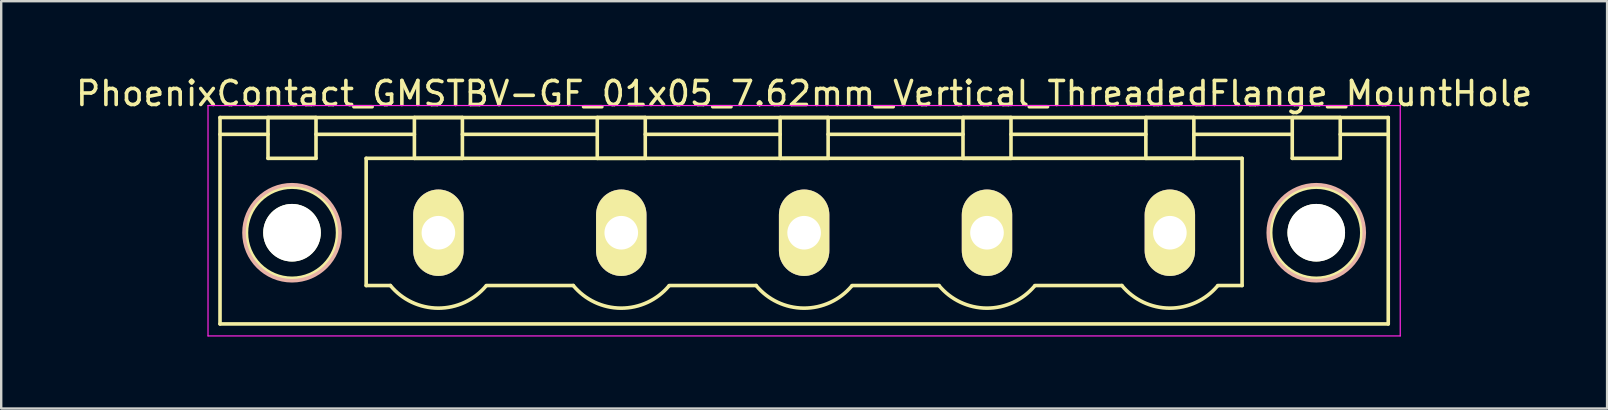
<source format=kicad_pcb>
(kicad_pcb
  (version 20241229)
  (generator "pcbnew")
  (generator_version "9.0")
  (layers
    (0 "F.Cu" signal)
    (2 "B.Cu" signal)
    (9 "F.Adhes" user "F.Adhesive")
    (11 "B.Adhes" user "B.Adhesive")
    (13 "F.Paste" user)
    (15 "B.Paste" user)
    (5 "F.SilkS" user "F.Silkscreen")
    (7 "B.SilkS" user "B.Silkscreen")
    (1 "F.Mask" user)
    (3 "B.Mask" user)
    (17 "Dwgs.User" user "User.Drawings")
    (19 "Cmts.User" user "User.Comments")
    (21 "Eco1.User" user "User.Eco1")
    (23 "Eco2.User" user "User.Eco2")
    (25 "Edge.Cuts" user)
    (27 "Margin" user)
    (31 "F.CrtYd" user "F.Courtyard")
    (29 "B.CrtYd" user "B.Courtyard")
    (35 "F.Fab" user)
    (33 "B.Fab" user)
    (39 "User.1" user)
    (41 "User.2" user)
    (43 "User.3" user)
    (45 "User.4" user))
  (footprint "PhoenixContact_GMSTBV-GF_01x05_7.62mm_Vertical_ThreadedFlange_MountHole"
    (layer "F.Cu")
    (at 15.218 6.648)
    (property "Reference" "PhoenixContact_GMSTBV-GF_01x05_7.62mm_Vertical_ThreadedFlange_MountHole" (at 15.24 -5.8 0) (layer "F.SilkS") (effects (font (size 1 1) (thickness 0.15))))
    (attr through_hole)
    (fp_line (start -9.1 -4.8) (end -9.1 3.8) (stroke (width 0.15) (type solid)) (layer "F.SilkS"))
    (fp_line (start -9.1 -4.1) (end -7.1 -4.1) (stroke (width 0.15) (type solid)) (layer "F.SilkS"))
    (fp_line (start -9.1 3.8) (end 39.58 3.8) (stroke (width 0.15) (type solid)) (layer "F.SilkS"))
    (fp_line (start -7.1 -4.8) (end -5.1 -4.8) (stroke (width 0.15) (type solid)) (layer "F.SilkS"))
    (fp_line (start -7.1 -3.1) (end -7.1 -4.8) (stroke (width 0.15) (type solid)) (layer "F.SilkS"))
    (fp_line (start -5.1 -4.8) (end -5.1 -3.1) (stroke (width 0.15) (type solid)) (layer "F.SilkS"))
    (fp_line (start -5.1 -4.1) (end -1 -4.1) (stroke (width 0.15) (type solid)) (layer "F.SilkS"))
    (fp_line (start -5.1 -3.1) (end -7.1 -3.1) (stroke (width 0.15) (type solid)) (layer "F.SilkS"))
    (fp_line (start -3.01 -3.1) (end 33.49 -3.1) (stroke (width 0.15) (type solid)) (layer "F.SilkS"))
    (fp_line (start -3.01 2.2) (end -3.01 -3.1) (stroke (width 0.15) (type solid)) (layer "F.SilkS"))
    (fp_line (start -2 2.2) (end -3.01 2.2) (stroke (width 0.15) (type solid)) (layer "F.SilkS"))
    (fp_line (start -1 -4.8) (end 1 -4.8) (stroke (width 0.15) (type solid)) (layer "F.SilkS"))
    (fp_line (start -1 -3.1) (end -1 -4.8) (stroke (width 0.15) (type solid)) (layer "F.SilkS"))
    (fp_line (start 1 -4.8) (end 1 -3.1) (stroke (width 0.15) (type solid)) (layer "F.SilkS"))
    (fp_line (start 1 -4.1) (end 6.62 -4.1) (stroke (width 0.15) (type solid)) (layer "F.SilkS"))
    (fp_line (start 1 -3.1) (end -1 -3.1) (stroke (width 0.15) (type solid)) (layer "F.SilkS"))
    (fp_line (start 2 2.2) (end 5.62 2.2) (stroke (width 0.15) (type solid)) (layer "F.SilkS"))
    (fp_line (start 6.62 -4.8) (end 8.62 -4.8) (stroke (width 0.15) (type solid)) (layer "F.SilkS"))
    (fp_line (start 6.62 -3.1) (end 6.62 -4.8) (stroke (width 0.15) (type solid)) (layer "F.SilkS"))
    (fp_line (start 8.62 -4.8) (end 8.62 -3.1) (stroke (width 0.15) (type solid)) (layer "F.SilkS"))
    (fp_line (start 8.62 -4.1) (end 14.24 -4.1) (stroke (width 0.15) (type solid)) (layer "F.SilkS"))
    (fp_line (start 8.62 -3.1) (end 6.62 -3.1) (stroke (width 0.15) (type solid)) (layer "F.SilkS"))
    (fp_line (start 9.62 2.2) (end 13.24 2.2) (stroke (width 0.15) (type solid)) (layer "F.SilkS"))
    (fp_line (start 14.24 -4.8) (end 16.24 -4.8) (stroke (width 0.15) (type solid)) (layer "F.SilkS"))
    (fp_line (start 14.24 -3.1) (end 14.24 -4.8) (stroke (width 0.15) (type solid)) (layer "F.SilkS"))
    (fp_line (start 16.24 -4.8) (end 16.24 -3.1) (stroke (width 0.15) (type solid)) (layer "F.SilkS"))
    (fp_line (start 16.24 -4.1) (end 21.86 -4.1) (stroke (width 0.15) (type solid)) (layer "F.SilkS"))
    (fp_line (start 16.24 -3.1) (end 14.24 -3.1) (stroke (width 0.15) (type solid)) (layer "F.SilkS"))
    (fp_line (start 17.24 2.2) (end 20.86 2.2) (stroke (width 0.15) (type solid)) (layer "F.SilkS"))
    (fp_line (start 21.86 -4.8) (end 23.86 -4.8) (stroke (width 0.15) (type solid)) (layer "F.SilkS"))
    (fp_line (start 21.86 -3.1) (end 21.86 -4.8) (stroke (width 0.15) (type solid)) (layer "F.SilkS"))
    (fp_line (start 23.86 -4.8) (end 23.86 -3.1) (stroke (width 0.15) (type solid)) (layer "F.SilkS"))
    (fp_line (start 23.86 -4.1) (end 29.48 -4.1) (stroke (width 0.15) (type solid)) (layer "F.SilkS"))
    (fp_line (start 23.86 -3.1) (end 21.86 -3.1) (stroke (width 0.15) (type solid)) (layer "F.SilkS"))
    (fp_line (start 24.86 2.2) (end 28.48 2.2) (stroke (width 0.15) (type solid)) (layer "F.SilkS"))
    (fp_line (start 29.48 -4.8) (end 31.48 -4.8) (stroke (width 0.15) (type solid)) (layer "F.SilkS"))
    (fp_line (start 29.48 -3.1) (end 29.48 -4.8) (stroke (width 0.15) (type solid)) (layer "F.SilkS"))
    (fp_line (start 31.48 -4.8) (end 31.48 -3.1) (stroke (width 0.15) (type solid)) (layer "F.SilkS"))
    (fp_line (start 31.48 -4.1) (end 35.58 -4.1) (stroke (width 0.15) (type solid)) (layer "F.SilkS"))
    (fp_line (start 31.48 -3.1) (end 29.48 -3.1) (stroke (width 0.15) (type solid)) (layer "F.SilkS"))
    (fp_line (start 33.49 -3.1) (end 33.49 2.2) (stroke (width 0.15) (type solid)) (layer "F.SilkS"))
    (fp_line (start 33.49 2.2) (end 32.48 2.2) (stroke (width 0.15) (type solid)) (layer "F.SilkS"))
    (fp_line (start 35.58 -4.8) (end 37.58 -4.8) (stroke (width 0.15) (type solid)) (layer "F.SilkS"))
    (fp_line (start 35.58 -3.1) (end 35.58 -4.8) (stroke (width 0.15) (type solid)) (layer "F.SilkS"))
    (fp_line (start 37.58 -4.8) (end 37.58 -3.1) (stroke (width 0.15) (type solid)) (layer "F.SilkS"))
    (fp_line (start 37.58 -3.1) (end 35.58 -3.1) (stroke (width 0.15) (type solid)) (layer "F.SilkS"))
    (fp_line (start 39.58 -4.8) (end -9.1 -4.8) (stroke (width 0.15) (type solid)) (layer "F.SilkS"))
    (fp_line (start 39.58 -4.1) (end 37.58 -4.1) (stroke (width 0.15) (type solid)) (layer "F.SilkS"))
    (fp_line (start 39.58 3.8) (end 39.58 -4.8) (stroke (width 0.15) (type solid)) (layer "F.SilkS"))
    (fp_arc (start 1.986842 2.215821) (mid -0.010289 3.142758) (end -2 2.2) (stroke (width 0.15) (type solid)) (layer "F.SilkS"))
    (fp_arc (start 9.606842 2.215821) (mid 7.609711 3.142758) (end 5.62 2.2) (stroke (width 0.15) (type solid)) (layer "F.SilkS"))
    (fp_arc (start 17.226842 2.215821) (mid 15.229711 3.142758) (end 13.24 2.2) (stroke (width 0.15) (type solid)) (layer "F.SilkS"))
    (fp_arc (start 24.846842 2.215821) (mid 22.849711 3.142758) (end 20.86 2.2) (stroke (width 0.15) (type solid)) (layer "F.SilkS"))
    (fp_arc (start 32.466842 2.215821) (mid 30.469711 3.142758) (end 28.48 2.2) (stroke (width 0.15) (type solid)) (layer "F.SilkS"))
    (fp_circle (center -6.1 0) (end -5.1 0) (stroke (width 0.15) (type solid)) (fill no) (layer "F.SilkS"))
    (fp_circle (center -6.1 0) (end -4.2 0) (stroke (width 0.15) (type solid)) (fill no) (layer "F.SilkS"))
    (fp_circle (center 36.58 0) (end 37.58 0) (stroke (width 0.15) (type solid)) (fill no) (layer "F.SilkS"))
    (fp_circle (center 36.58 0) (end 38.48 0) (stroke (width 0.15) (type solid)) (fill no) (layer "F.SilkS"))
    (fp_circle (center -6.1 0) (end -4.1 0) (stroke (width 0.15) (type solid)) (fill no) (layer "B.SilkS"))
    (fp_circle (center 36.58 0) (end 38.58 0) (stroke (width 0.15) (type solid)) (fill no) (layer "B.SilkS"))
    (fp_line (start -9.6 -5.3) (end -9.6 4.3) (stroke (width 0.05) (type solid)) (layer "F.CrtYd"))
    (fp_line (start -9.6 4.3) (end 40.08 4.3) (stroke (width 0.05) (type solid)) (layer "F.CrtYd"))
    (fp_line (start 40.08 -5.3) (end -9.6 -5.3) (stroke (width 0.05) (type solid)) (layer "F.CrtYd"))
    (fp_line (start 40.08 4.3) (end 40.08 -5.3) (stroke (width 0.05) (type solid)) (layer "F.CrtYd"))
    (pad "" np_thru_hole circle (at -6.1 0) (size 2.4 2.4) (drill 2.4) (layers "*.Cu" "*.Mask" "F.SilkS"))
    (pad "" np_thru_hole circle (at 36.58 0) (size 2.4 2.4) (drill 2.4) (layers "*.Cu" "*.Mask" "F.SilkS"))
    (pad "1" thru_hole oval (at 0 0) (size 2.1 3.6) (drill 1.4) (layers "*.Cu" "*.Mask" "F.SilkS"))
    (pad "2" thru_hole oval (at 7.62 0) (size 2.1 3.6) (drill 1.4) (layers "*.Cu" "*.Mask" "F.SilkS"))
    (pad "3" thru_hole oval (at 15.24 0) (size 2.1 3.6) (drill 1.4) (layers "*.Cu" "*.Mask" "F.SilkS"))
    (pad "4" thru_hole oval (at 22.86 0) (size 2.1 3.6) (drill 1.4) (layers "*.Cu" "*.Mask" "F.SilkS"))
    (pad "5" thru_hole oval (at 30.48 0) (size 2.1 3.6) (drill 1.4) (layers "*.Cu" "*.Mask" "F.SilkS")))
  (gr_rect
    (start -3 -3)
    (end 63.917 13.973)
    (stroke (width 0.1) (type default))
    (fill no)
    (layer "Edge.Cuts")))
</source>
